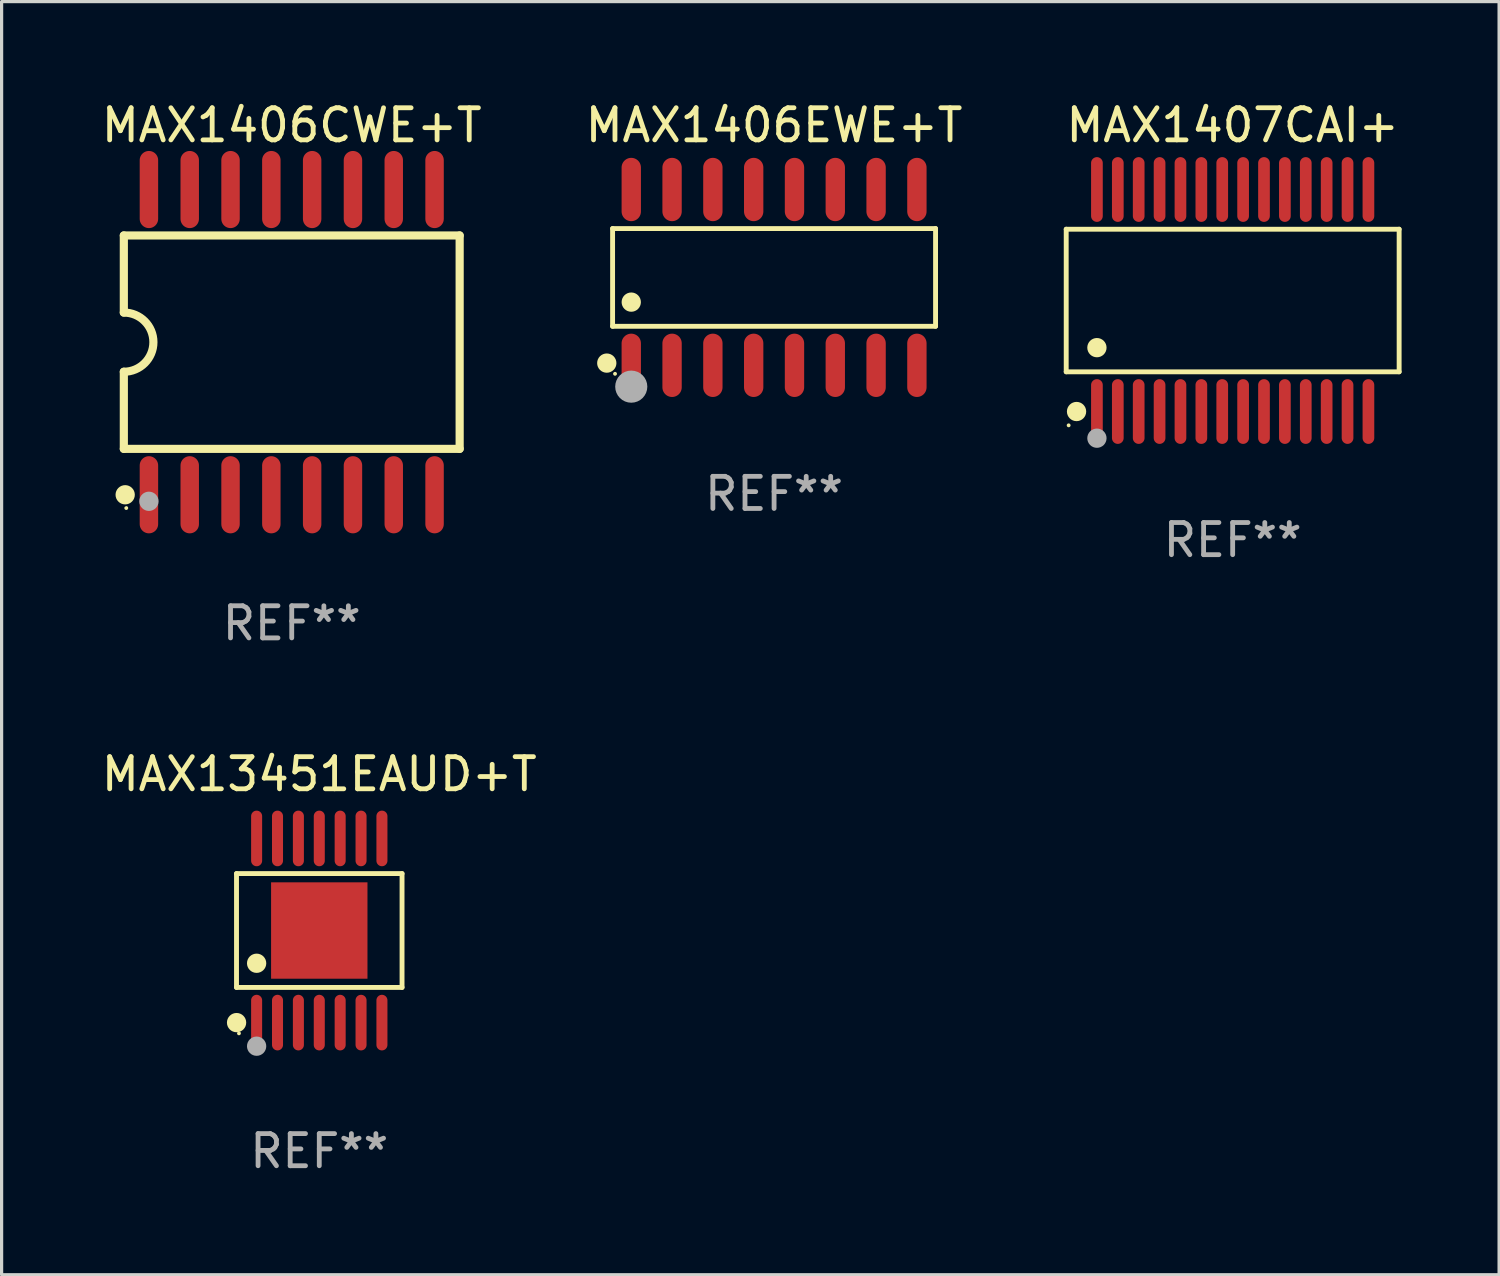
<source format=kicad_pcb>
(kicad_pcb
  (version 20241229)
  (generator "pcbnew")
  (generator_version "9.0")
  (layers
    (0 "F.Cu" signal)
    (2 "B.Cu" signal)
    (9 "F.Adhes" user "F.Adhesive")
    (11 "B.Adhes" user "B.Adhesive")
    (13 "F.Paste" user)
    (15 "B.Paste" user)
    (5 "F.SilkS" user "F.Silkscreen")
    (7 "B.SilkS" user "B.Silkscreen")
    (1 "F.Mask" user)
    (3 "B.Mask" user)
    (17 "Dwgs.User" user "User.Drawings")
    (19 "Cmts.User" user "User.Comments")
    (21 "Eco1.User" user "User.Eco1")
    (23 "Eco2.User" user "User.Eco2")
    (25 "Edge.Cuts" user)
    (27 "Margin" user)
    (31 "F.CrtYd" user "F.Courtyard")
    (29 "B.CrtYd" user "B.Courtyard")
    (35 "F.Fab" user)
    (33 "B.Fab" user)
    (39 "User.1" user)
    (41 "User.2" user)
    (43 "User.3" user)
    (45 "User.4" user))
  (footprint "MAX1406CWE+T"
    (layer "F.Cu")
    (at 6.03 7.599)
    (property "Reference" "MAX1406CWE+T" (at 0 -6.75 0) (layer "F.SilkS") (effects (font (size 1 1) (thickness 0.15))))
    (attr through_hole)
    (fp_line (start -5.226 -3.321) (end -5.226 -0.921) (stroke (width 0.254) (type solid)) (layer "F.SilkS"))
    (fp_line (start -5.226 -3.321) (end 5.226 -3.321) (stroke (width 0.254) (type solid)) (layer "F.SilkS"))
    (fp_line (start -5.226 3.321) (end -5.226 0.921) (stroke (width 0.254) (type solid)) (layer "F.SilkS"))
    (fp_line (start 5.226 -3.321) (end 5.226 3.321) (stroke (width 0.254) (type solid)) (layer "F.SilkS"))
    (fp_line (start 5.226 3.321) (end -5.226 3.321) (stroke (width 0.254) (type solid)) (layer "F.SilkS"))
    (fp_arc (start -5.226594 -0.920751) (mid -4.305538 0.000127) (end -5.226238 0.921361) (stroke (width 0.254001) (type solid)) (layer "F.SilkS"))
    (fp_circle (center -5.184 4.75) (end -5.034 4.75) (stroke (width 0.3) (type solid)) (fill no) (layer "F.SilkS"))
    (fp_circle (center -5.15 5.163) (end -5.12 5.163) (stroke (width 0.06) (type solid)) (fill no) (layer "F.SilkS"))
    (fp_circle (center -4.445 4.953) (end -4.295 4.953) (stroke (width 0.3) (type solid)) (fill no) (layer "F.Fab"))
    (fp_text user "REF**" (at 0 8.75 0) (layer "F.Fab") (effects (font (size 1 1) (thickness 0.15))))
    (pad "1" smd oval (at -4.445 4.75) (size 0.574 2.401) (layers "F.Cu" "F.Mask" "F.Paste"))
    (pad "2" smd oval (at -3.175 4.75) (size 0.574 2.401) (layers "F.Cu" "F.Mask" "F.Paste"))
    (pad "3" smd oval (at -1.905 4.75) (size 0.574 2.401) (layers "F.Cu" "F.Mask" "F.Paste"))
    (pad "4" smd oval (at -0.635 4.75) (size 0.574 2.401) (layers "F.Cu" "F.Mask" "F.Paste"))
    (pad "5" smd oval (at 0.635 4.75) (size 0.574 2.401) (layers "F.Cu" "F.Mask" "F.Paste"))
    (pad "6" smd oval (at 1.905 4.75) (size 0.574 2.401) (layers "F.Cu" "F.Mask" "F.Paste"))
    (pad "7" smd oval (at 3.175 4.75) (size 0.574 2.401) (layers "F.Cu" "F.Mask" "F.Paste"))
    (pad "8" smd oval (at 4.445 4.75) (size 0.574 2.401) (layers "F.Cu" "F.Mask" "F.Paste"))
    (pad "9" smd oval (at 4.445 -4.75) (size 0.574 2.401) (layers "F.Cu" "F.Mask" "F.Paste"))
    (pad "10" smd oval (at 3.175 -4.75) (size 0.574 2.401) (layers "F.Cu" "F.Mask" "F.Paste"))
    (pad "11" smd oval (at 1.905 -4.75) (size 0.574 2.401) (layers "F.Cu" "F.Mask" "F.Paste"))
    (pad "12" smd oval (at 0.635 -4.75) (size 0.574 2.401) (layers "F.Cu" "F.Mask" "F.Paste"))
    (pad "13" smd oval (at -0.635 -4.75) (size 0.574 2.401) (layers "F.Cu" "F.Mask" "F.Paste"))
    (pad "14" smd oval (at -1.905 -4.75) (size 0.574 2.401) (layers "F.Cu" "F.Mask" "F.Paste"))
    (pad "15" smd oval (at -3.175 -4.75) (size 0.574 2.401) (layers "F.Cu" "F.Mask" "F.Paste"))
    (pad "16" smd oval (at -4.445 -4.75) (size 0.574 2.401) (layers "F.Cu" "F.Mask" "F.Paste")))
  (footprint "MAX1407CAI+"
    (layer "F.Cu")
    (at 35.315 6.303)
    (property "Reference" "MAX1407CAI+" (at 0 -5.455 0) (layer "F.SilkS") (effects (font (size 1 1) (thickness 0.15))))
    (attr through_hole)
    (fp_line (start -5.181 -2.219) (end 5.181 -2.219) (stroke (width 0.152) (type solid)) (layer "F.SilkS"))
    (fp_line (start -5.181 2.219) (end -5.181 -2.219) (stroke (width 0.152) (type solid)) (layer "F.SilkS"))
    (fp_line (start 5.181 -2.219) (end 5.181 2.219) (stroke (width 0.152) (type solid)) (layer "F.SilkS"))
    (fp_line (start 5.181 2.219) (end -5.181 2.219) (stroke (width 0.152) (type solid)) (layer "F.SilkS"))
    (fp_circle (center -5.105 3.885) (end -5.075 3.885) (stroke (width 0.06) (type solid)) (fill no) (layer "F.SilkS"))
    (fp_circle (center -4.859 3.455) (end -4.709 3.455) (stroke (width 0.3) (type solid)) (fill no) (layer "F.SilkS"))
    (fp_circle (center -4.225 1.467) (end -4.075 1.467) (stroke (width 0.3) (type solid)) (fill no) (layer "F.SilkS"))
    (fp_circle (center -4.225 4.285) (end -4.075 4.285) (stroke (width 0.3) (type solid)) (fill no) (layer "F.Fab"))
    (fp_text user "REF**" (at 0 7.455 0) (layer "F.Fab") (effects (font (size 1 1) (thickness 0.15))))
    (pad "1" smd oval (at -4.225 3.455) (size 0.364 2.015) (layers "F.Cu" "F.Mask" "F.Paste"))
    (pad "2" smd oval (at -3.575 3.455) (size 0.364 2.015) (layers "F.Cu" "F.Mask" "F.Paste"))
    (pad "3" smd oval (at -2.925 3.455) (size 0.364 2.015) (layers "F.Cu" "F.Mask" "F.Paste"))
    (pad "4" smd oval (at -2.275 3.455) (size 0.364 2.015) (layers "F.Cu" "F.Mask" "F.Paste"))
    (pad "5" smd oval (at -1.625 3.455) (size 0.364 2.015) (layers "F.Cu" "F.Mask" "F.Paste"))
    (pad "6" smd oval (at -0.975 3.455) (size 0.364 2.015) (layers "F.Cu" "F.Mask" "F.Paste"))
    (pad "7" smd oval (at -0.325 3.455) (size 0.364 2.015) (layers "F.Cu" "F.Mask" "F.Paste"))
    (pad "8" smd oval (at 0.325 3.455) (size 0.364 2.015) (layers "F.Cu" "F.Mask" "F.Paste"))
    (pad "9" smd oval (at 0.975 3.455) (size 0.364 2.015) (layers "F.Cu" "F.Mask" "F.Paste"))
    (pad "10" smd oval (at 1.625 3.455) (size 0.364 2.015) (layers "F.Cu" "F.Mask" "F.Paste"))
    (pad "11" smd oval (at 2.275 3.455) (size 0.364 2.015) (layers "F.Cu" "F.Mask" "F.Paste"))
    (pad "12" smd oval (at 2.925 3.455) (size 0.364 2.015) (layers "F.Cu" "F.Mask" "F.Paste"))
    (pad "13" smd oval (at 3.575 3.455) (size 0.364 2.015) (layers "F.Cu" "F.Mask" "F.Paste"))
    (pad "14" smd oval (at 4.225 3.455) (size 0.364 2.015) (layers "F.Cu" "F.Mask" "F.Paste"))
    (pad "15" smd oval (at 4.225 -3.455) (size 0.364 2.015) (layers "F.Cu" "F.Mask" "F.Paste"))
    (pad "16" smd oval (at 3.575 -3.455) (size 0.364 2.015) (layers "F.Cu" "F.Mask" "F.Paste"))
    (pad "17" smd oval (at 2.925 -3.455) (size 0.364 2.015) (layers "F.Cu" "F.Mask" "F.Paste"))
    (pad "18" smd oval (at 2.275 -3.455) (size 0.364 2.015) (layers "F.Cu" "F.Mask" "F.Paste"))
    (pad "19" smd oval (at 1.625 -3.455) (size 0.364 2.015) (layers "F.Cu" "F.Mask" "F.Paste"))
    (pad "20" smd oval (at 0.975 -3.455) (size 0.364 2.015) (layers "F.Cu" "F.Mask" "F.Paste"))
    (pad "21" smd oval (at 0.325 -3.455) (size 0.364 2.015) (layers "F.Cu" "F.Mask" "F.Paste"))
    (pad "22" smd oval (at -0.325 -3.455) (size 0.364 2.015) (layers "F.Cu" "F.Mask" "F.Paste"))
    (pad "23" smd oval (at -0.975 -3.455) (size 0.364 2.015) (layers "F.Cu" "F.Mask" "F.Paste"))
    (pad "24" smd oval (at -1.625 -3.455) (size 0.364 2.015) (layers "F.Cu" "F.Mask" "F.Paste"))
    (pad "25" smd oval (at -2.275 -3.455) (size 0.364 2.015) (layers "F.Cu" "F.Mask" "F.Paste"))
    (pad "26" smd oval (at -2.925 -3.455) (size 0.364 2.015) (layers "F.Cu" "F.Mask" "F.Paste"))
    (pad "27" smd oval (at -3.575 -3.455) (size 0.364 2.015) (layers "F.Cu" "F.Mask" "F.Paste"))
    (pad "28" smd oval (at -4.225 -3.455) (size 0.364 2.015) (layers "F.Cu" "F.Mask" "F.Paste")))
  (footprint "MAX1406EWE+T"
    (layer "F.Cu")
    (at 21.042 5.584)
    (property "Reference" "MAX1406EWE+T" (at 0 -4.736 0) (layer "F.SilkS") (effects (font (size 1 1) (thickness 0.15))))
    (attr through_hole)
    (fp_line (start -5.026 -1.521) (end 5.026 -1.521) (stroke (width 0.152) (type solid)) (layer "F.SilkS"))
    (fp_line (start -5.026 1.521) (end -5.026 -1.521) (stroke (width 0.152) (type solid)) (layer "F.SilkS"))
    (fp_line (start 5.026 -1.521) (end 5.026 1.521) (stroke (width 0.152) (type solid)) (layer "F.SilkS"))
    (fp_line (start 5.026 1.521) (end -5.026 1.521) (stroke (width 0.152) (type solid)) (layer "F.SilkS"))
    (fp_circle (center -5.207 2.667) (end -5.057 2.667) (stroke (width 0.3) (type solid)) (fill no) (layer "F.SilkS"))
    (fp_circle (center -4.95 3) (end -4.92 3) (stroke (width 0.06) (type solid)) (fill no) (layer "F.SilkS"))
    (fp_circle (center -4.445 0.769) (end -4.295 0.769) (stroke (width 0.3) (type solid)) (fill no) (layer "F.SilkS"))
    (fp_circle (center -4.445 3.4) (end -4.195 3.4) (stroke (width 0.5) (type solid)) (fill no) (layer "F.Fab"))
    (fp_text user "REF**" (at 0 6.736 0) (layer "F.Fab") (effects (font (size 1 1) (thickness 0.15))))
    (pad "1" smd oval (at -4.445 2.736) (size 0.602 1.971) (layers "F.Cu" "F.Mask" "F.Paste"))
    (pad "2" smd oval (at -3.175 2.736) (size 0.602 1.971) (layers "F.Cu" "F.Mask" "F.Paste"))
    (pad "3" smd oval (at -1.905 2.736) (size 0.602 1.971) (layers "F.Cu" "F.Mask" "F.Paste"))
    (pad "4" smd oval (at -0.635 2.736) (size 0.602 1.971) (layers "F.Cu" "F.Mask" "F.Paste"))
    (pad "5" smd oval (at 0.635 2.736) (size 0.602 1.971) (layers "F.Cu" "F.Mask" "F.Paste"))
    (pad "6" smd oval (at 1.905 2.736) (size 0.602 1.971) (layers "F.Cu" "F.Mask" "F.Paste"))
    (pad "7" smd oval (at 3.175 2.736) (size 0.602 1.971) (layers "F.Cu" "F.Mask" "F.Paste"))
    (pad "8" smd oval (at 4.445 2.736) (size 0.602 1.971) (layers "F.Cu" "F.Mask" "F.Paste"))
    (pad "9" smd oval (at 4.445 -2.736) (size 0.602 1.971) (layers "F.Cu" "F.Mask" "F.Paste"))
    (pad "10" smd oval (at 3.175 -2.736) (size 0.602 1.971) (layers "F.Cu" "F.Mask" "F.Paste"))
    (pad "11" smd oval (at 1.905 -2.736) (size 0.602 1.971) (layers "F.Cu" "F.Mask" "F.Paste"))
    (pad "12" smd oval (at 0.635 -2.736) (size 0.602 1.971) (layers "F.Cu" "F.Mask" "F.Paste"))
    (pad "13" smd oval (at -0.635 -2.736) (size 0.602 1.971) (layers "F.Cu" "F.Mask" "F.Paste"))
    (pad "14" smd oval (at -1.905 -2.736) (size 0.602 1.971) (layers "F.Cu" "F.Mask" "F.Paste"))
    (pad "15" smd oval (at -3.175 -2.736) (size 0.602 1.971) (layers "F.Cu" "F.Mask" "F.Paste"))
    (pad "16" smd oval (at -4.445 -2.736) (size 0.602 1.971) (layers "F.Cu" "F.Mask" "F.Paste")))
  (footprint "MAX13451EAUD+T"
    (layer "F.Cu")
    (at 6.887 25.911)
    (property "Reference" "MAX13451EAUD+T" (at 0 -4.866 0) (layer "F.SilkS") (effects (font (size 1 1) (thickness 0.15))))
    (attr through_hole)
    (fp_line (start -2.576 -1.772) (end 2.576 -1.772) (stroke (width 0.152) (type solid)) (layer "F.SilkS"))
    (fp_line (start -2.576 1.771) (end -2.576 -1.772) (stroke (width 0.152) (type solid)) (layer "F.SilkS"))
    (fp_line (start 2.576 -1.772) (end 2.576 1.771) (stroke (width 0.152) (type solid)) (layer "F.SilkS"))
    (fp_line (start 2.576 1.771) (end -2.576 1.771) (stroke (width 0.152) (type solid)) (layer "F.SilkS"))
    (fp_circle (center -2.574 2.866) (end -2.424 2.866) (stroke (width 0.3) (type solid)) (fill no) (layer "F.SilkS"))
    (fp_circle (center -2.5 3.2) (end -2.47 3.2) (stroke (width 0.06) (type solid)) (fill no) (layer "F.SilkS"))
    (fp_circle (center -1.95 1.019) (end -1.8 1.019) (stroke (width 0.3) (type solid)) (fill no) (layer "F.SilkS"))
    (fp_circle (center -1.95 3.6) (end -1.8 3.6) (stroke (width 0.3) (type solid)) (fill no) (layer "F.Fab"))
    (fp_text user "REF**" (at 0 6.866 0) (layer "F.Fab") (effects (font (size 1 1) (thickness 0.15))))
    (pad "1" smd oval (at -1.95 2.866) (size 0.343 1.731) (layers "F.Cu" "F.Mask" "F.Paste"))
    (pad "2" smd oval (at -1.3 2.866) (size 0.343 1.731) (layers "F.Cu" "F.Mask" "F.Paste"))
    (pad "3" smd oval (at -0.65 2.866) (size 0.343 1.731) (layers "F.Cu" "F.Mask" "F.Paste"))
    (pad "4" smd oval (at 0 2.866) (size 0.343 1.731) (layers "F.Cu" "F.Mask" "F.Paste"))
    (pad "5" smd oval (at 0.65 2.866) (size 0.343 1.731) (layers "F.Cu" "F.Mask" "F.Paste"))
    (pad "6" smd oval (at 1.3 2.866) (size 0.343 1.731) (layers "F.Cu" "F.Mask" "F.Paste"))
    (pad "7" smd oval (at 1.95 2.866) (size 0.343 1.731) (layers "F.Cu" "F.Mask" "F.Paste"))
    (pad "8" smd oval (at 1.95 -2.866) (size 0.343 1.731) (layers "F.Cu" "F.Mask" "F.Paste"))
    (pad "9" smd oval (at 1.3 -2.866) (size 0.343 1.731) (layers "F.Cu" "F.Mask" "F.Paste"))
    (pad "10" smd oval (at 0.65 -2.866) (size 0.343 1.731) (layers "F.Cu" "F.Mask" "F.Paste"))
    (pad "11" smd oval (at 0 -2.866) (size 0.343 1.731) (layers "F.Cu" "F.Mask" "F.Paste"))
    (pad "12" smd oval (at -0.65 -2.866) (size 0.343 1.731) (layers "F.Cu" "F.Mask" "F.Paste"))
    (pad "13" smd oval (at -1.3 -2.866) (size 0.343 1.731) (layers "F.Cu" "F.Mask" "F.Paste"))
    (pad "14" smd oval (at -1.95 -2.866) (size 0.343 1.731) (layers "F.Cu" "F.Mask" "F.Paste"))
    (pad "15" smd rect (at 0 -0.000127) (size 3 3) (layers "F.Cu" "F.Mask" "F.Paste")))
  (gr_rect
    (start -3 -3)
    (end 43.607 36.625)
    (stroke (width 0.1) (type default))
    (fill no)
    (layer "Edge.Cuts")))
</source>
